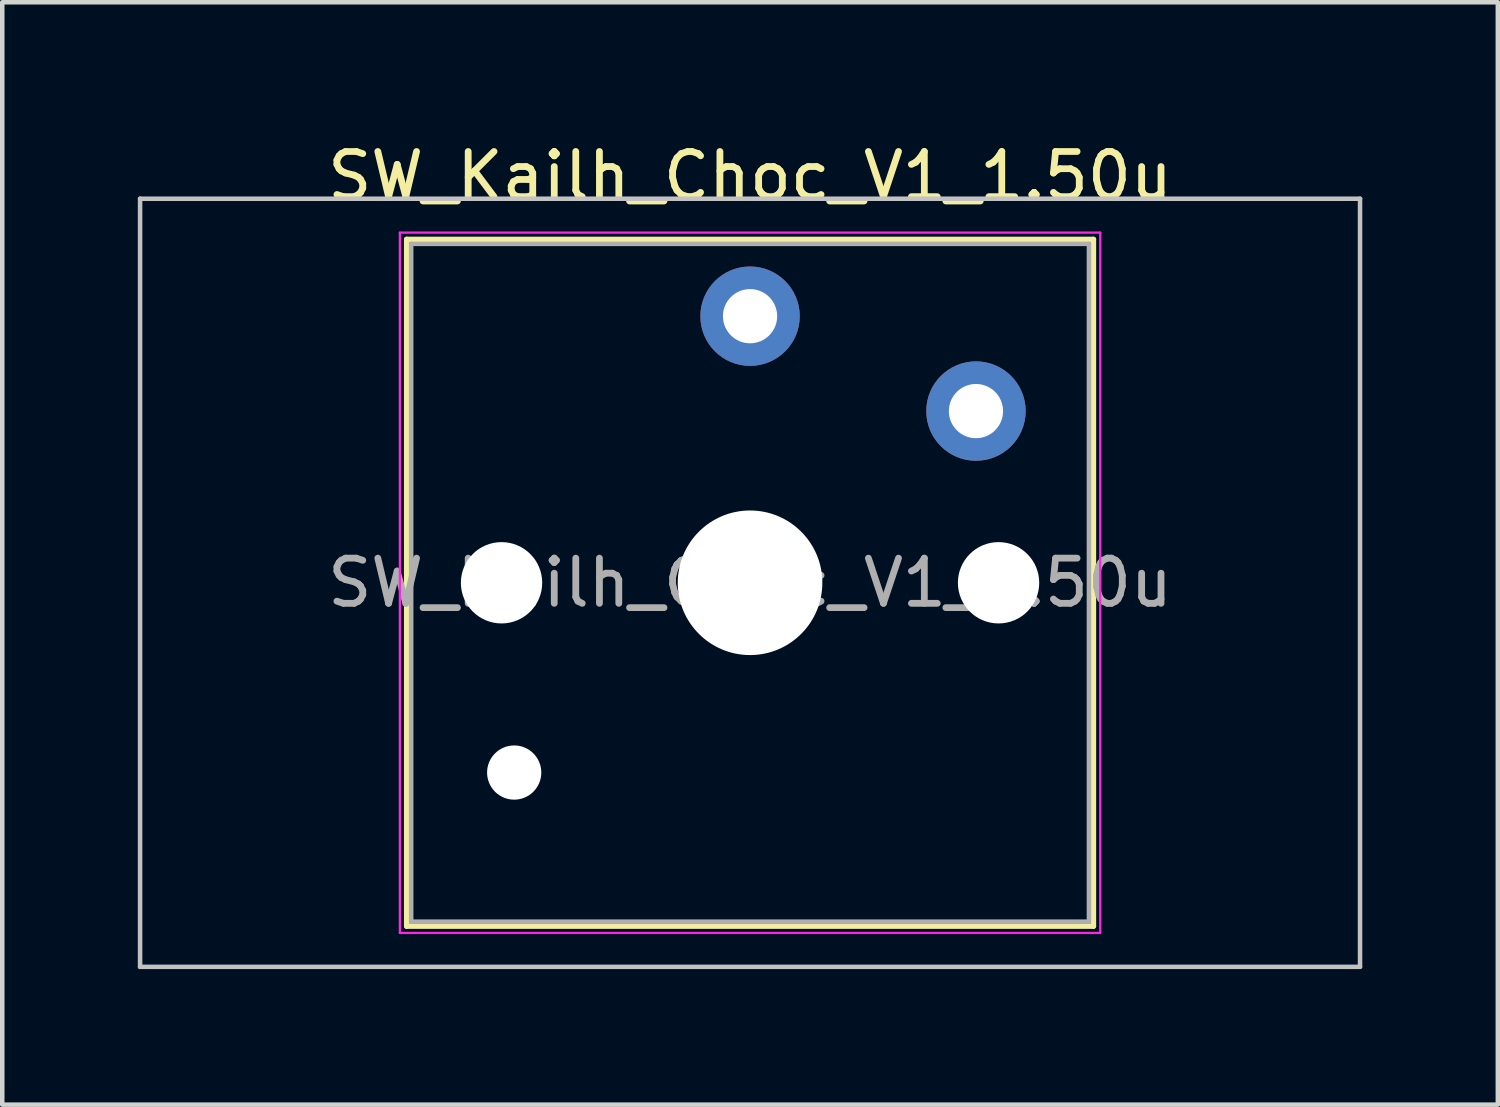
<source format=kicad_pcb>
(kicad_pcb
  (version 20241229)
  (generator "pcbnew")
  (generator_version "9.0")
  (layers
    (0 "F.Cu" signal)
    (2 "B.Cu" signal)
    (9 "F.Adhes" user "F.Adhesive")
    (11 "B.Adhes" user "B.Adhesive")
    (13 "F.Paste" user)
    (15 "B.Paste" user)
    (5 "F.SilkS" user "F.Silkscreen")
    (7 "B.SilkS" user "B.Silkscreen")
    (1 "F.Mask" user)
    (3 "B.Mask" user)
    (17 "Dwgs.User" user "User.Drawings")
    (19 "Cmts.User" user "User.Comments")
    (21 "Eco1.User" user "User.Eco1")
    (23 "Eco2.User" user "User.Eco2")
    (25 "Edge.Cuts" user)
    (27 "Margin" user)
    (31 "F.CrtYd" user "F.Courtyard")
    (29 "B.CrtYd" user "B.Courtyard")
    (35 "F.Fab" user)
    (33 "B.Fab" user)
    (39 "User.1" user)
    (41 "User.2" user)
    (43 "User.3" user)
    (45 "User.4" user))
  (footprint "SW_Kailh_Choc_V1_1.50u"
    (layer "F.Cu")
    (at 13.55 9.848)
    (property "Reference" "SW_Kailh_Choc_V1_1.50u" (at 0 -9 0) (layer "F.SilkS") (effects (font (size 1 1) (thickness 0.15))))
    (attr through_hole)
    (fp_line (start -7.6 -7.6) (end -7.6 7.6) (stroke (width 0.12) (type solid)) (layer "F.SilkS"))
    (fp_line (start -7.6 7.6) (end 7.6 7.6) (stroke (width 0.12) (type solid)) (layer "F.SilkS"))
    (fp_line (start 7.6 -7.6) (end -7.6 -7.6) (stroke (width 0.12) (type solid)) (layer "F.SilkS"))
    (fp_line (start 7.6 7.6) (end 7.6 -7.6) (stroke (width 0.12) (type solid)) (layer "F.SilkS"))
    (fp_line (start -13.5 -8.5) (end -13.5 8.5) (stroke (width 0.1) (type solid)) (layer "Dwgs.User"))
    (fp_line (start -13.5 8.5) (end 13.5 8.5) (stroke (width 0.1) (type solid)) (layer "Dwgs.User"))
    (fp_line (start 13.5 -8.5) (end -13.5 -8.5) (stroke (width 0.1) (type solid)) (layer "Dwgs.User"))
    (fp_line (start 13.5 8.5) (end 13.5 -8.5) (stroke (width 0.1) (type solid)) (layer "Dwgs.User"))
    (fp_line (start -7.25 -7.25) (end -7.25 7.25) (stroke (width 0.1) (type solid)) (layer "Eco1.User"))
    (fp_line (start -7.25 7.25) (end 7.25 7.25) (stroke (width 0.1) (type solid)) (layer "Eco1.User"))
    (fp_line (start 7.25 -7.25) (end -7.25 -7.25) (stroke (width 0.1) (type solid)) (layer "Eco1.User"))
    (fp_line (start 7.25 7.25) (end 7.25 -7.25) (stroke (width 0.1) (type solid)) (layer "Eco1.User"))
    (fp_line (start -7.75 -7.75) (end -7.75 7.75) (stroke (width 0.05) (type solid)) (layer "F.CrtYd"))
    (fp_line (start -7.75 7.75) (end 7.75 7.75) (stroke (width 0.05) (type solid)) (layer "F.CrtYd"))
    (fp_line (start 7.75 -7.75) (end -7.75 -7.75) (stroke (width 0.05) (type solid)) (layer "F.CrtYd"))
    (fp_line (start 7.75 7.75) (end 7.75 -7.75) (stroke (width 0.05) (type solid)) (layer "F.CrtYd"))
    (fp_line (start -7.5 -7.5) (end -7.5 7.5) (stroke (width 0.1) (type solid)) (layer "F.Fab"))
    (fp_line (start -7.5 7.5) (end 7.5 7.5) (stroke (width 0.1) (type solid)) (layer "F.Fab"))
    (fp_line (start 7.5 -7.5) (end -7.5 -7.5) (stroke (width 0.1) (type solid)) (layer "F.Fab"))
    (fp_line (start 7.5 7.5) (end 7.5 -7.5) (stroke (width 0.1) (type solid)) (layer "F.Fab"))
    (fp_text user "${REFERENCE}" (at 0 0 0) (layer "F.Fab") (effects (font (size 1 1) (thickness 0.15))))
    (pad "" np_thru_hole circle (at -5.5 0) (size 1.8 1.8) (drill 1.8) (layers "*.Cu" "*.Mask"))
    (pad "" np_thru_hole circle (at -5.22 4.2) (size 1.2 1.2) (drill 1.2) (layers "*.Cu" "*.Mask"))
    (pad "" np_thru_hole circle (at 0 0) (size 3.2 3.2) (drill 3.2) (layers "*.Cu" "*.Mask"))
    (pad "" np_thru_hole circle (at 5.5 0) (size 1.8 1.8) (drill 1.8) (layers "*.Cu" "*.Mask"))
    (pad "1" thru_hole circle (at 0 -5.9) (size 2.2 2.2) (drill 1.2) (layers "*.Cu" "B.Mask"))
    (pad "2" thru_hole circle (at 5 -3.8) (size 2.2 2.2) (drill 1.2) (layers "*.Cu" "B.Mask")))
  (gr_rect
    (start -3 -3)
    (end 30.1 21.398)
    (stroke (width 0.1) (type default))
    (fill no)
    (layer "Edge.Cuts")))
</source>
